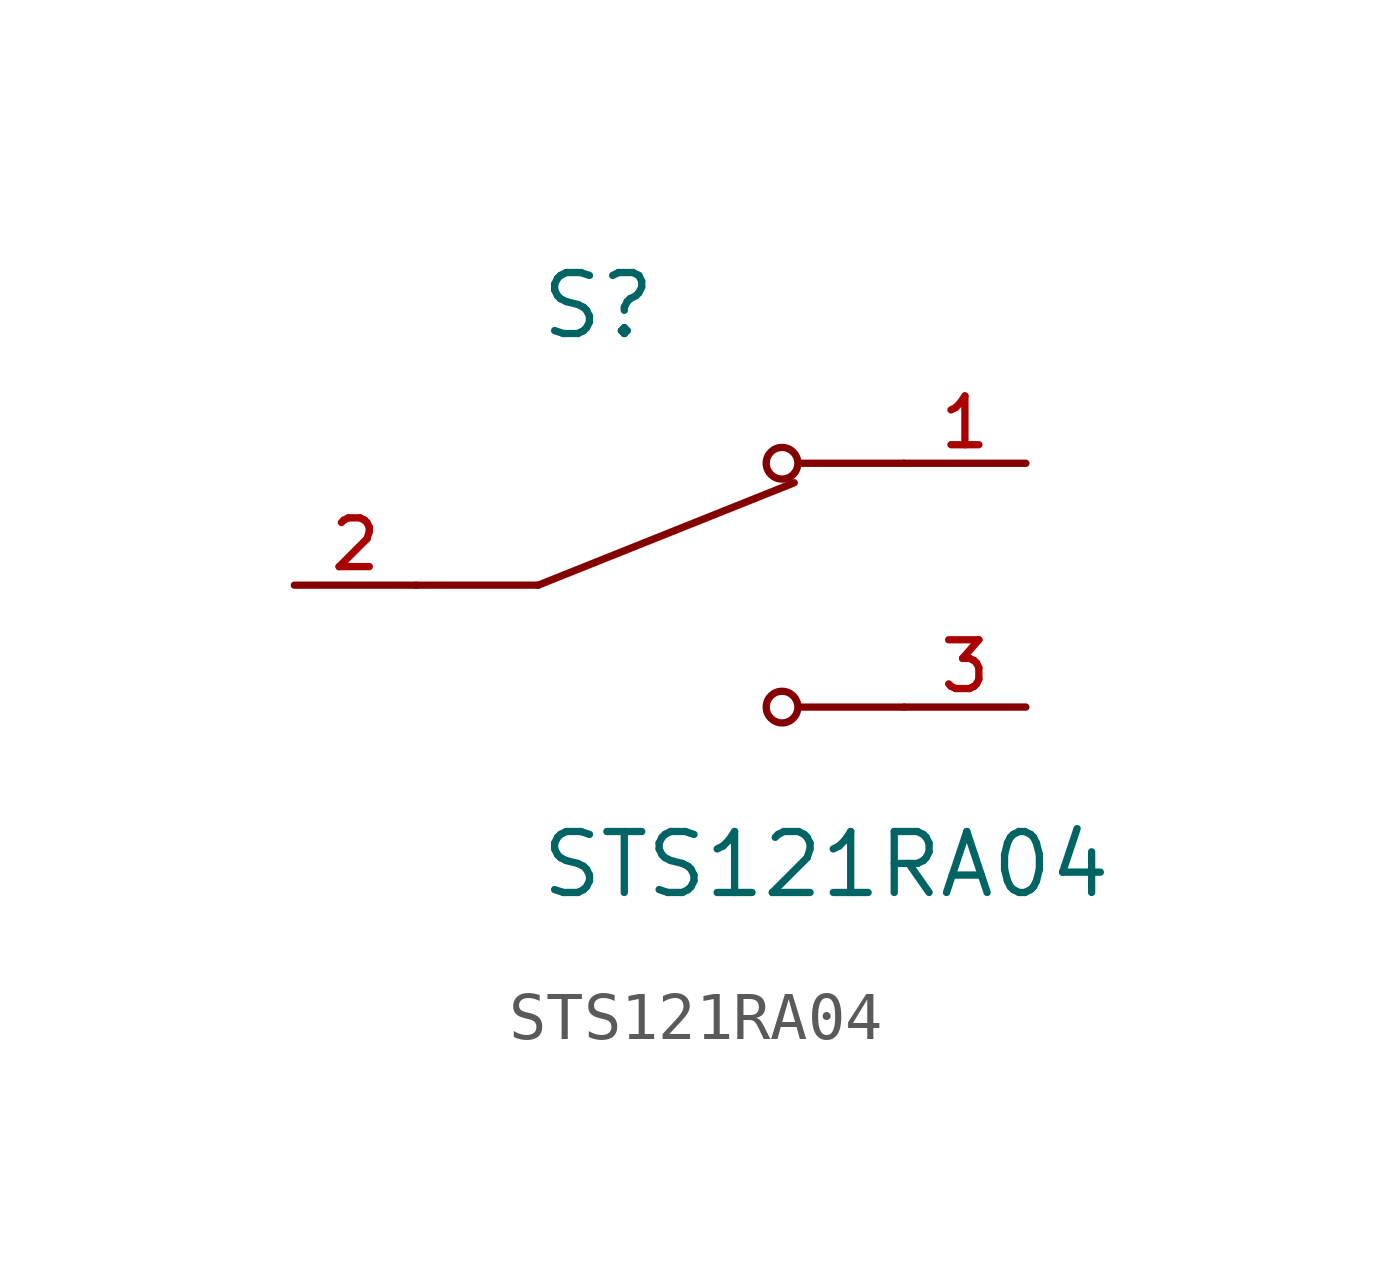
<source format=kicad_sym>
(kicad_symbol_lib
  (version 20211014)
  (generator kicad_symbol_editor)
  (symbol "STS121RA04"
    (pin_names
      (offset 1.016))
    (property "Reference" "S"
      (at -2.54 5.08 0)
      (effects (font (size 1.27 1.27)) (justify bottom left)))
    (property "Value" "STS121RA04"
      (at -2.54 -5.08 0)
      (effects (font (size 1.27 1.27)) (justify top left)))
    (symbol "STS121RA04_0_0"
      (polyline (pts (xy -2.54 0.0) (xy 2.794 2.134)) (stroke (width 0.152)))
      (circle (center 2.54 2.54) (radius 0.33) (stroke (width 0.152)) (fill (type none)))
      (circle (center 2.54 -2.54) (radius 0.33) (stroke (width 0.152)) (fill (type none)))
      (polyline (pts (xy 5.08 -2.54) (xy 2.921 -2.54)) (stroke (width 0.152)))
      (polyline (pts (xy 5.08 2.54) (xy 2.921 2.54)) (stroke (width 0.152)))
      (polyline (pts (xy -2.54 0.0) (xy -5.08 0.0)) (stroke (width 0.152)))
      (pin passive line (at 7.62 2.54 180.0) (length 2.54) (name "~" (effects (font (size 1.016 1.016)))) (number "1" (effects (font (size 1.016 1.016)))))
      (pin passive line (at -7.62 0.0 0) (length 2.54) (name "~" (effects (font (size 1.016 1.016)))) (number "2" (effects (font (size 1.016 1.016)))))
      (pin passive line (at 7.62 -2.54 180.0) (length 2.54) (name "~" (effects (font (size 1.016 1.016)))) (number "3" (effects (font (size 1.016 1.016))))))))
</source>
